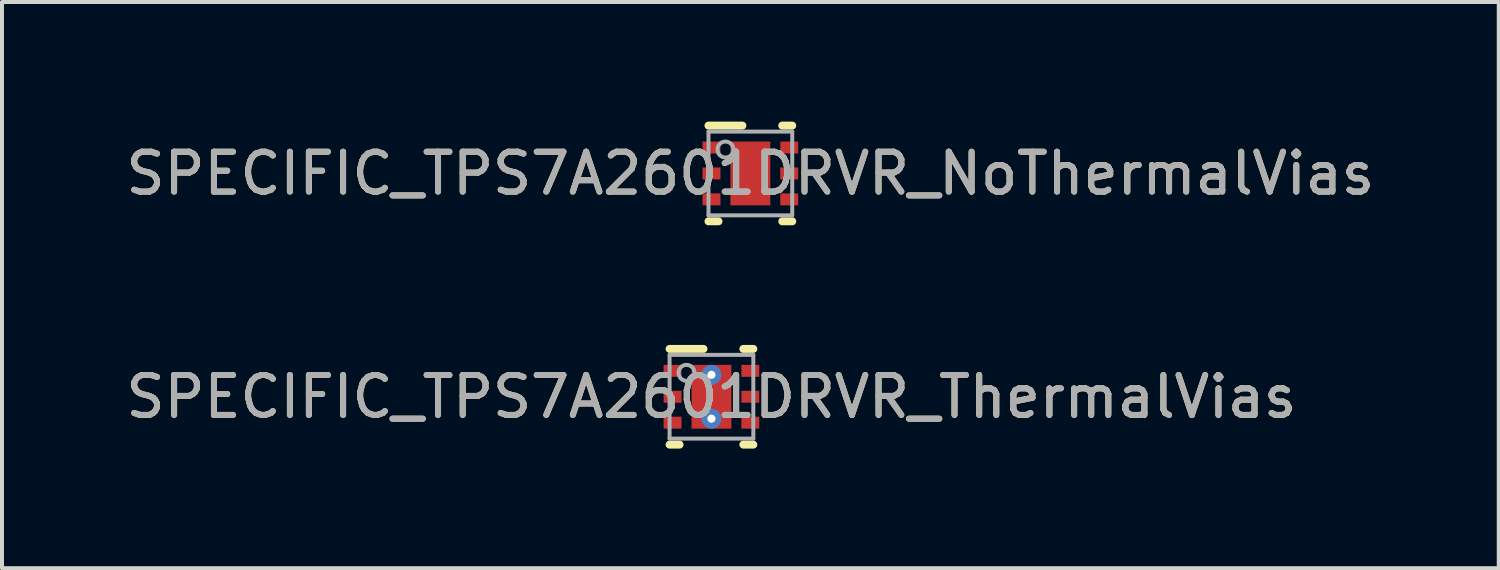
<source format=kicad_pcb>
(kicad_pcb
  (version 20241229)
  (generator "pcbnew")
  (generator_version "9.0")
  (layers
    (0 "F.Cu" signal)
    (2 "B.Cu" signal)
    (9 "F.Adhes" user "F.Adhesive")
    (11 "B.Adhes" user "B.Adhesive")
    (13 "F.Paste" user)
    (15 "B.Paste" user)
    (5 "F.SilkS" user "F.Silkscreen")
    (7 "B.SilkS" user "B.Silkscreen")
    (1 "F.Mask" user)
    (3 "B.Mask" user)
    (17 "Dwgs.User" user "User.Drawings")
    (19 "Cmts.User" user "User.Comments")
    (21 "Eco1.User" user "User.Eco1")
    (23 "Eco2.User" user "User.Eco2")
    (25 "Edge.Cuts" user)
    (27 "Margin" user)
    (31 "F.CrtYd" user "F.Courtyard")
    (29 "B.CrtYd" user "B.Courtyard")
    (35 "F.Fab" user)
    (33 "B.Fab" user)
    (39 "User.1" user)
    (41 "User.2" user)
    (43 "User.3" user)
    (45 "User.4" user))
  (footprint "SPECIFIC_TPS7A2601DRVR_ThermalVias"
    (layer "F.Cu")
    (at 14.792 6.9)
    (property "Reference" "SPECIFIC_TPS7A2601DRVR_ThermalVias" (at 0 0 0) (unlocked yes) (layer "F.SilkS") (effects (font (size 1 1) (thickness 0.15))))
    (attr smd)
    (fp_line (start -1.05 -1.2) (end -0.2 -1.2) (stroke (width 0.2) (type solid)) (layer "F.SilkS"))
    (fp_line (start -1.05 1.2) (end -0.8 1.2) (stroke (width 0.2) (type solid)) (layer "F.SilkS"))
    (fp_line (start 0.8 -1.2) (end 1.05 -1.2) (stroke (width 0.2) (type solid)) (layer "F.SilkS"))
    (fp_line (start 0.8 1.2) (end 1.05 1.2) (stroke (width 0.2) (type solid)) (layer "F.SilkS"))
    (fp_poly (pts (xy -0.5 -0.149) (xy -0.5 -0.751) (xy -0.499 -0.761) (xy -0.496 -0.77) (xy -0.492 -0.778) (xy -0.486 -0.786) (xy -0.478 -0.792) (xy -0.47 -0.796) (xy -0.461 -0.799) (xy -0.451 -0.8) (xy 0.451 -0.8) (xy 0.461 -0.799) (xy 0.47 -0.796) (xy 0.478 -0.792) (xy 0.486 -0.786) (xy 0.492 -0.778) (xy 0.496 -0.77) (xy 0.499 -0.761) (xy 0.5 -0.751) (xy 0.5 -0.149) (xy 0.499 -0.139) (xy 0.496 -0.13) (xy 0.492 -0.122) (xy 0.486 -0.114) (xy 0.478 -0.108) (xy 0.47 -0.104) (xy 0.461 -0.101) (xy 0.451 -0.1) (xy -0.451 -0.1) (xy -0.461 -0.101) (xy -0.47 -0.104) (xy -0.478 -0.108) (xy -0.486 -0.114) (xy -0.492 -0.122) (xy -0.496 -0.13) (xy -0.499 -0.139)) (stroke (width 0) (type solid)) (fill yes) (layer "F.Paste"))
    (fp_poly (pts (xy -0.5 0.751) (xy -0.5 0.149) (xy -0.499 0.139) (xy -0.496 0.13) (xy -0.492 0.122) (xy -0.486 0.114) (xy -0.478 0.108) (xy -0.47 0.104) (xy -0.461 0.101) (xy -0.451 0.1) (xy 0.451 0.1) (xy 0.461 0.101) (xy 0.47 0.104) (xy 0.478 0.108) (xy 0.486 0.114) (xy 0.492 0.122) (xy 0.496 0.13) (xy 0.499 0.139) (xy 0.5 0.149) (xy 0.5 0.751) (xy 0.499 0.761) (xy 0.496 0.77) (xy 0.492 0.778) (xy 0.486 0.786) (xy 0.478 0.792) (xy 0.47 0.796) (xy 0.461 0.799) (xy 0.451 0.8) (xy -0.451 0.8) (xy -0.461 0.799) (xy -0.47 0.796) (xy -0.478 0.792) (xy -0.486 0.786) (xy -0.492 0.778) (xy -0.496 0.77) (xy -0.499 0.761)) (stroke (width 0) (type solid)) (fill yes) (layer "F.Paste"))
    (fp_line (start -1.05 -1.05) (end 1.05 -1.05) (stroke (width 0.1) (type solid)) (layer "F.Fab"))
    (fp_line (start -1.05 1.05) (end -1.05 -1.05) (stroke (width 0.1) (type solid)) (layer "F.Fab"))
    (fp_line (start -1.05 1.05) (end 1.05 1.05) (stroke (width 0.1) (type solid)) (layer "F.Fab"))
    (fp_line (start 1.05 1.05) (end 1.05 -1.05) (stroke (width 0.1) (type solid)) (layer "F.Fab"))
    (fp_circle (center -0.625 -0.6) (end -0.425 -0.6) (stroke (width 0.1) (type solid)) (fill no) (layer "F.Fab"))
    (fp_text user "${REFERENCE}" (at 0 0 0) (unlocked yes) (layer "F.Fab") (effects (font (size 1 1) (thickness 0.15))))
    (pad "1" smd rect (at -0.975 -0.65 90) (size 0.3 0.45) (layers "F.Cu" "F.Mask" "F.Paste"))
    (pad "2" smd rect (at -0.975 0 90) (size 0.3 0.45) (layers "F.Cu" "F.Mask" "F.Paste"))
    (pad "3" smd rect (at -0.975 0.65 90) (size 0.3 0.45) (layers "F.Cu" "F.Mask" "F.Paste"))
    (pad "4" smd rect (at 0.975 0.65 90) (size 0.3 0.45) (layers "F.Cu" "F.Mask" "F.Paste"))
    (pad "5" smd rect (at 0.975 0 90) (size 0.3 0.45) (layers "F.Cu" "F.Mask" "F.Paste"))
    (pad "6" smd rect (at 0.975 -0.65 90) (size 0.3 0.45) (layers "F.Cu" "F.Mask" "F.Paste"))
    (pad "7" smd rect (at 0 0) (size 1 1.6) (layers "F.Cu" "F.Mask" "F.Paste"))
    (pad "V" thru_hole circle (at 0 -0.55) (size 0.5 0.5) (drill 0.203) (layers "*.Cu" "*.Mask"))
    (pad "V" thru_hole circle (at 0 0.55) (size 0.5 0.5) (drill 0.203) (layers "*.Cu" "*.Mask")))
  (footprint "SPECIFIC_TPS7A2601DRVR_NoThermalVias"
    (layer "F.Cu")
    (at 15.768 1.3)
    (property "Reference" "SPECIFIC_TPS7A2601DRVR_NoThermalVias" (at 0 0 0) (unlocked yes) (layer "F.SilkS") (effects (font (size 1 1) (thickness 0.15))))
    (attr smd)
    (fp_line (start -1.05 -1.2) (end -0.2 -1.2) (stroke (width 0.2) (type solid)) (layer "F.SilkS"))
    (fp_line (start -1.05 1.2) (end -0.8 1.2) (stroke (width 0.2) (type solid)) (layer "F.SilkS"))
    (fp_line (start 0.8 -1.2) (end 1.05 -1.2) (stroke (width 0.2) (type solid)) (layer "F.SilkS"))
    (fp_line (start 0.8 1.2) (end 1.05 1.2) (stroke (width 0.2) (type solid)) (layer "F.SilkS"))
    (fp_poly (pts (xy -0.5 -0.149) (xy -0.5 -0.751) (xy -0.499 -0.761) (xy -0.496 -0.77) (xy -0.492 -0.778) (xy -0.486 -0.786) (xy -0.478 -0.792) (xy -0.47 -0.796) (xy -0.461 -0.799) (xy -0.451 -0.8) (xy 0.451 -0.8) (xy 0.461 -0.799) (xy 0.47 -0.796) (xy 0.478 -0.792) (xy 0.486 -0.786) (xy 0.492 -0.778) (xy 0.496 -0.77) (xy 0.499 -0.761) (xy 0.5 -0.751) (xy 0.5 -0.149) (xy 0.499 -0.139) (xy 0.496 -0.13) (xy 0.492 -0.122) (xy 0.486 -0.114) (xy 0.478 -0.108) (xy 0.47 -0.104) (xy 0.461 -0.101) (xy 0.451 -0.1) (xy -0.451 -0.1) (xy -0.461 -0.101) (xy -0.47 -0.104) (xy -0.478 -0.108) (xy -0.486 -0.114) (xy -0.492 -0.122) (xy -0.496 -0.13) (xy -0.499 -0.139)) (stroke (width 0) (type solid)) (fill yes) (layer "F.Paste"))
    (fp_poly (pts (xy -0.5 0.751) (xy -0.5 0.149) (xy -0.499 0.139) (xy -0.496 0.13) (xy -0.492 0.122) (xy -0.486 0.114) (xy -0.478 0.108) (xy -0.47 0.104) (xy -0.461 0.101) (xy -0.451 0.1) (xy 0.451 0.1) (xy 0.461 0.101) (xy 0.47 0.104) (xy 0.478 0.108) (xy 0.486 0.114) (xy 0.492 0.122) (xy 0.496 0.13) (xy 0.499 0.139) (xy 0.5 0.149) (xy 0.5 0.751) (xy 0.499 0.761) (xy 0.496 0.77) (xy 0.492 0.778) (xy 0.486 0.786) (xy 0.478 0.792) (xy 0.47 0.796) (xy 0.461 0.799) (xy 0.451 0.8) (xy -0.451 0.8) (xy -0.461 0.799) (xy -0.47 0.796) (xy -0.478 0.792) (xy -0.486 0.786) (xy -0.492 0.778) (xy -0.496 0.77) (xy -0.499 0.761)) (stroke (width 0) (type solid)) (fill yes) (layer "F.Paste"))
    (fp_line (start -1.05 -1.05) (end 1.05 -1.05) (stroke (width 0.1) (type solid)) (layer "F.Fab"))
    (fp_line (start -1.05 1.05) (end -1.05 -1.05) (stroke (width 0.1) (type solid)) (layer "F.Fab"))
    (fp_line (start -1.05 1.05) (end 1.05 1.05) (stroke (width 0.1) (type solid)) (layer "F.Fab"))
    (fp_line (start 1.05 1.05) (end 1.05 -1.05) (stroke (width 0.1) (type solid)) (layer "F.Fab"))
    (fp_circle (center -0.625 -0.6) (end -0.425 -0.6) (stroke (width 0.1) (type solid)) (fill no) (layer "F.Fab"))
    (fp_text user "${REFERENCE}" (at 0 0 0) (unlocked yes) (layer "F.Fab") (effects (font (size 1 1) (thickness 0.15))))
    (pad "1" smd rect (at -0.975 -0.65 90) (size 0.3 0.45) (layers "F.Cu" "F.Mask" "F.Paste"))
    (pad "2" smd rect (at -0.975 0 90) (size 0.3 0.45) (layers "F.Cu" "F.Mask" "F.Paste"))
    (pad "3" smd rect (at -0.975 0.65 90) (size 0.3 0.45) (layers "F.Cu" "F.Mask" "F.Paste"))
    (pad "4" smd rect (at 0.975 0.65 90) (size 0.3 0.45) (layers "F.Cu" "F.Mask" "F.Paste"))
    (pad "5" smd rect (at 0.975 0 90) (size 0.3 0.45) (layers "F.Cu" "F.Mask" "F.Paste"))
    (pad "6" smd rect (at 0.975 -0.65 90) (size 0.3 0.45) (layers "F.Cu" "F.Mask" "F.Paste"))
    (pad "7" smd rect (at 0 0) (size 1 1.6) (layers "F.Cu" "F.Mask" "F.Paste")))
  (gr_rect
    (start -3 -3)
    (end 34.536 11.2)
    (stroke (width 0.1) (type default))
    (fill no)
    (layer "Edge.Cuts")))
</source>
